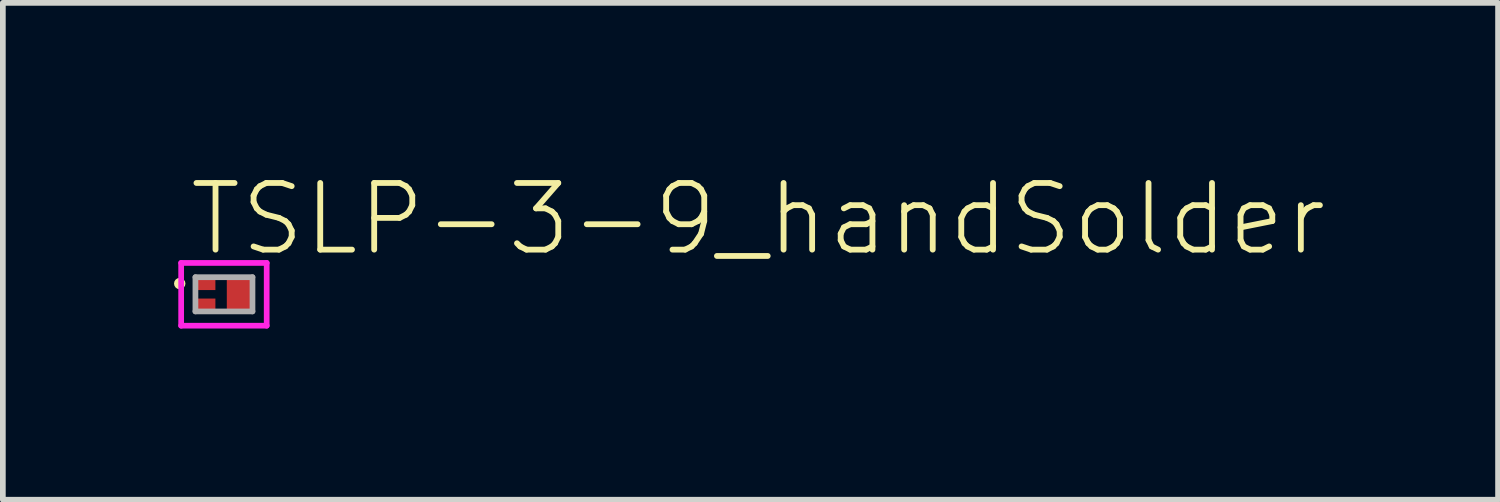
<source format=kicad_pcb>
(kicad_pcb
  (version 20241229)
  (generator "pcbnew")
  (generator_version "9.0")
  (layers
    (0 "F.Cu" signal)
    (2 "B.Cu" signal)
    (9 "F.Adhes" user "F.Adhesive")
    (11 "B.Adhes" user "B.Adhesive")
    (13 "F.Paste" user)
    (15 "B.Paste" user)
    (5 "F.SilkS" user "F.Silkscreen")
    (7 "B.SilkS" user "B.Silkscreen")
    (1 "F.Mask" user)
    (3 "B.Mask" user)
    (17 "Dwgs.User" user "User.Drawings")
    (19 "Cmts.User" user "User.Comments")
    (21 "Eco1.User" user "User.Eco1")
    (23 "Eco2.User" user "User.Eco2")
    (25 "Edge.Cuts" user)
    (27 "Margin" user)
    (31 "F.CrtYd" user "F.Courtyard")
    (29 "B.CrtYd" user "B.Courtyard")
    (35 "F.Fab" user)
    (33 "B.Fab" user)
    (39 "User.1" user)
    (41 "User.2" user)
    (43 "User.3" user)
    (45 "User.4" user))
  (footprint "TSLP-3-9_handSolder"
    (layer "F.Cu")
    (at 0.85 2.108)
    (property "Reference" "TSLP-3-9_handSolder" (at -0.635 -0.635 0) (unlocked yes) (layer "F.SilkS") (effects (font (size 1.168 1.168) (thickness 0.102)) (justify left bottom)))
    (fp_poly (pts (xy -0.575 0.4) (xy 0.625 0.4) (xy 0.625 -0.4) (xy -0.575 -0.4)) (stroke (width 0) (type default)) (fill yes) (layer "F.Mask"))
    (fp_circle (center -0.75 -0.188) (end -0.7 -0.188) (stroke (width 0.1) (type solid)) (fill no) (layer "F.SilkS"))
    (fp_line (start -0.725 -0.55) (end 0.774 -0.55) (stroke (width 0.1) (type solid)) (layer "F.CrtYd"))
    (fp_line (start -0.725 0.55) (end -0.725 -0.55) (stroke (width 0.1) (type solid)) (layer "F.CrtYd"))
    (fp_line (start -0.725 0.55) (end 0.774 0.55) (stroke (width 0.1) (type solid)) (layer "F.CrtYd"))
    (fp_line (start 0.774 0.55) (end 0.774 -0.55) (stroke (width 0.1) (type solid)) (layer "F.CrtYd"))
    (fp_line (start -0.475 -0.3) (end 0.525 -0.3) (stroke (width 0.1) (type solid)) (layer "F.Fab"))
    (fp_line (start -0.475 0.3) (end -0.475 -0.3) (stroke (width 0.1) (type solid)) (layer "F.Fab"))
    (fp_line (start -0.475 0.3) (end 0.525 0.3) (stroke (width 0.1) (type solid)) (layer "F.Fab"))
    (fp_line (start 0.525 0.3) (end 0.525 -0.3) (stroke (width 0.1) (type solid)) (layer "F.Fab"))
    (pad "1" smd rect (at -0.3 -0.187) (size 0.35 0.225) (layers "F.Cu" "F.Paste"))
    (pad "2" smd rect (at -0.3 0.187) (size 0.35 0.225) (layers "F.Cu" "F.Paste"))
    (pad "3" smd rect (at 0.3 0.00025) (size 0.45 0.6) (layers "F.Cu" "F.Paste")))
  (gr_rect
    (start -3 -3)
    (end 23.205 5.708)
    (stroke (width 0.1) (type default))
    (fill no)
    (layer "Edge.Cuts")))
</source>
